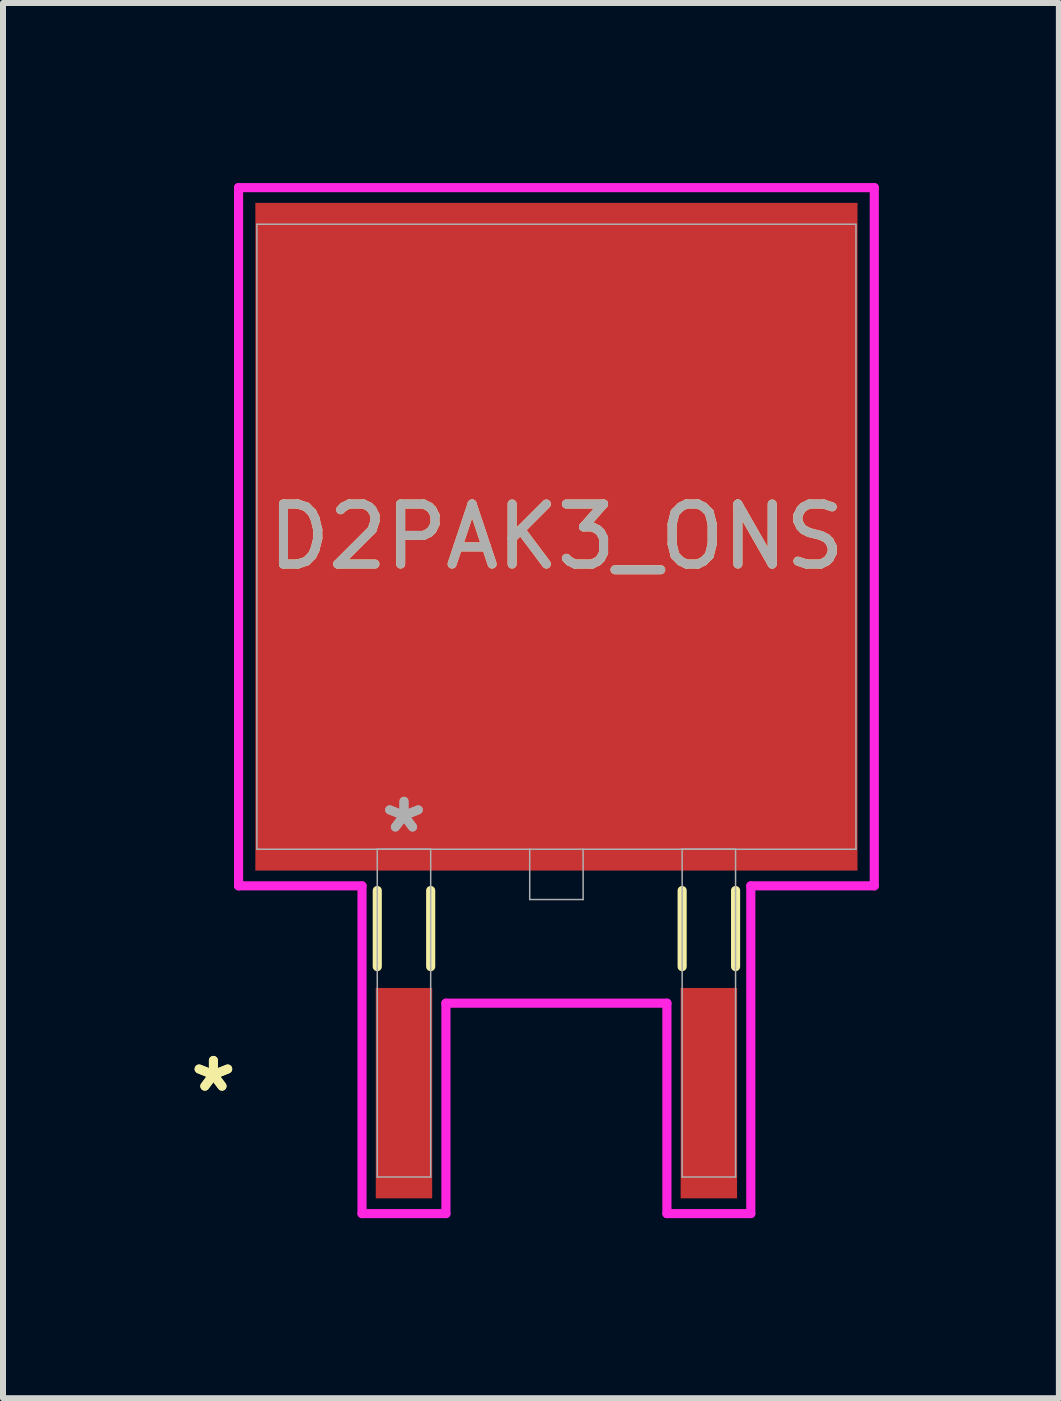
<source format=kicad_pcb>
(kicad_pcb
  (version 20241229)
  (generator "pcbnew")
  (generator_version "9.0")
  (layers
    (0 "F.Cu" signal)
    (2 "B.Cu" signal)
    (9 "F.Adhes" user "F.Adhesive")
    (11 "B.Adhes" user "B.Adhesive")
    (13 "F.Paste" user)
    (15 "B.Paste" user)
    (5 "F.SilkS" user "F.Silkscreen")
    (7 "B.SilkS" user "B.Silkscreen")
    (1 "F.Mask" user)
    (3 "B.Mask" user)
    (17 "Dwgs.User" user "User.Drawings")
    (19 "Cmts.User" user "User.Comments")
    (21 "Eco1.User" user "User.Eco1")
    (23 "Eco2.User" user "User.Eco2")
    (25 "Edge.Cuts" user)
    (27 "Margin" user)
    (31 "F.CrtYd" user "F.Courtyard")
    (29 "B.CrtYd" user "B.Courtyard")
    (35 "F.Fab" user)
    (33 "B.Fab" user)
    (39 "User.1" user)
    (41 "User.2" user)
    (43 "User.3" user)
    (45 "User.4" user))
  (footprint "D2PAK3_ONS"
    (layer "F.Cu")
    (at 6.221 5.893)
    (property "Reference" "D2PAK3_ONS" (at 0 0 0) (unlocked yes) (layer "F.SilkS") (effects (font (size 1 1) (thickness 0.15))))
    (attr smd)
    (fp_line (start -2.985 5.895) (end -2.985 7.163) (stroke (width 0.152) (type solid)) (layer "F.SilkS"))
    (fp_line (start -2.095 5.895) (end -2.095 7.163) (stroke (width 0.152) (type solid)) (layer "F.SilkS"))
    (fp_line (start 2.095 5.895) (end 2.095 7.163) (stroke (width 0.152) (type solid)) (layer "F.SilkS"))
    (fp_line (start 2.985 5.895) (end 2.985 7.163) (stroke (width 0.152) (type solid)) (layer "F.SilkS"))
    (fp_line (start -5.296 -5.817) (end 5.296 -5.817) (stroke (width 0.152) (type solid)) (layer "F.CrtYd"))
    (fp_line (start -5.296 5.817) (end -5.296 -5.817) (stroke (width 0.152) (type solid)) (layer "F.CrtYd"))
    (fp_line (start -3.239 5.817) (end -5.296 5.817) (stroke (width 0.152) (type solid)) (layer "F.CrtYd"))
    (fp_line (start -3.239 11.278) (end -3.239 5.817) (stroke (width 0.152) (type solid)) (layer "F.CrtYd"))
    (fp_line (start -1.841 7.772) (end -1.841 11.278) (stroke (width 0.152) (type solid)) (layer "F.CrtYd"))
    (fp_line (start -1.841 11.278) (end -3.239 11.278) (stroke (width 0.152) (type solid)) (layer "F.CrtYd"))
    (fp_line (start 1.841 7.772) (end -1.841 7.772) (stroke (width 0.152) (type solid)) (layer "F.CrtYd"))
    (fp_line (start 1.841 11.278) (end 1.841 7.772) (stroke (width 0.152) (type solid)) (layer "F.CrtYd"))
    (fp_line (start 3.239 5.817) (end 3.239 11.278) (stroke (width 0.152) (type solid)) (layer "F.CrtYd"))
    (fp_line (start 3.239 11.278) (end 1.841 11.278) (stroke (width 0.152) (type solid)) (layer "F.CrtYd"))
    (fp_line (start 5.296 -5.817) (end 5.296 5.817) (stroke (width 0.152) (type solid)) (layer "F.CrtYd"))
    (fp_line (start 5.296 5.817) (end 3.239 5.817) (stroke (width 0.152) (type solid)) (layer "F.CrtYd"))
    (fp_line (start -4.991 -5.207) (end -4.991 5.207) (stroke (width 0.025) (type solid)) (layer "F.Fab"))
    (fp_line (start -4.991 5.207) (end 4.991 5.207) (stroke (width 0.025) (type solid)) (layer "F.Fab"))
    (fp_line (start -2.985 5.207) (end -2.985 10.668) (stroke (width 0.025) (type solid)) (layer "F.Fab"))
    (fp_line (start -2.985 10.668) (end -2.095 10.668) (stroke (width 0.025) (type solid)) (layer "F.Fab"))
    (fp_line (start -2.095 5.207) (end -2.985 5.207) (stroke (width 0.025) (type solid)) (layer "F.Fab"))
    (fp_line (start -2.095 10.668) (end -2.095 5.207) (stroke (width 0.025) (type solid)) (layer "F.Fab"))
    (fp_line (start -0.445 5.207) (end -0.445 6.045) (stroke (width 0.025) (type solid)) (layer "F.Fab"))
    (fp_line (start -0.445 6.045) (end 0.445 6.045) (stroke (width 0.025) (type solid)) (layer "F.Fab"))
    (fp_line (start 0.445 6.045) (end 0.445 5.207) (stroke (width 0.025) (type solid)) (layer "F.Fab"))
    (fp_line (start 2.095 5.207) (end 2.095 10.668) (stroke (width 0.025) (type solid)) (layer "F.Fab"))
    (fp_line (start 2.095 10.668) (end 2.985 10.668) (stroke (width 0.025) (type solid)) (layer "F.Fab"))
    (fp_line (start 2.985 5.207) (end 2.095 5.207) (stroke (width 0.025) (type solid)) (layer "F.Fab"))
    (fp_line (start 2.985 10.668) (end 2.985 5.207) (stroke (width 0.025) (type solid)) (layer "F.Fab"))
    (fp_line (start 4.991 -5.207) (end -4.991 -5.207) (stroke (width 0.025) (type solid)) (layer "F.Fab"))
    (fp_line (start 4.991 5.207) (end 4.991 -5.207) (stroke (width 0.025) (type solid)) (layer "F.Fab"))
    (fp_text user "*" (at -5.715 9.271 0) (layer "F.SilkS") (effects (font (size 1 1) (thickness 0.15))))
    (fp_text user "*" (at -5.715 9.271 0) (unlocked yes) (layer "F.SilkS") (effects (font (size 1 1) (thickness 0.15))))
    (fp_text user "${REFERENCE}" (at 0 0 0) (unlocked yes) (layer "F.Fab") (effects (font (size 1 1) (thickness 0.15))))
    (fp_text user "*" (at -2.54 4.953 0) (unlocked yes) (layer "F.Fab") (effects (font (size 1 1) (thickness 0.15))))
    (fp_text user "*" (at -2.54 4.953 0) (layer "F.Fab") (effects (font (size 1 1) (thickness 0.15))))
    (pad "1" smd rect (at -2.54 9.271) (size 0.94 3.505) (layers "F.Cu" "F.Mask" "F.Paste"))
    (pad "3" smd rect (at 2.54 9.271) (size 0.94 3.505) (layers "F.Cu" "F.Mask" "F.Paste"))
    (pad "4" smd rect (at 0 0) (size 10.033 11.125) (layers "F.Cu" "F.Mask" "F.Paste")))
  (gr_rect
    (start -3 -3)
    (end 14.593 20.247)
    (stroke (width 0.1) (type default))
    (fill no)
    (layer "Edge.Cuts")))
</source>
